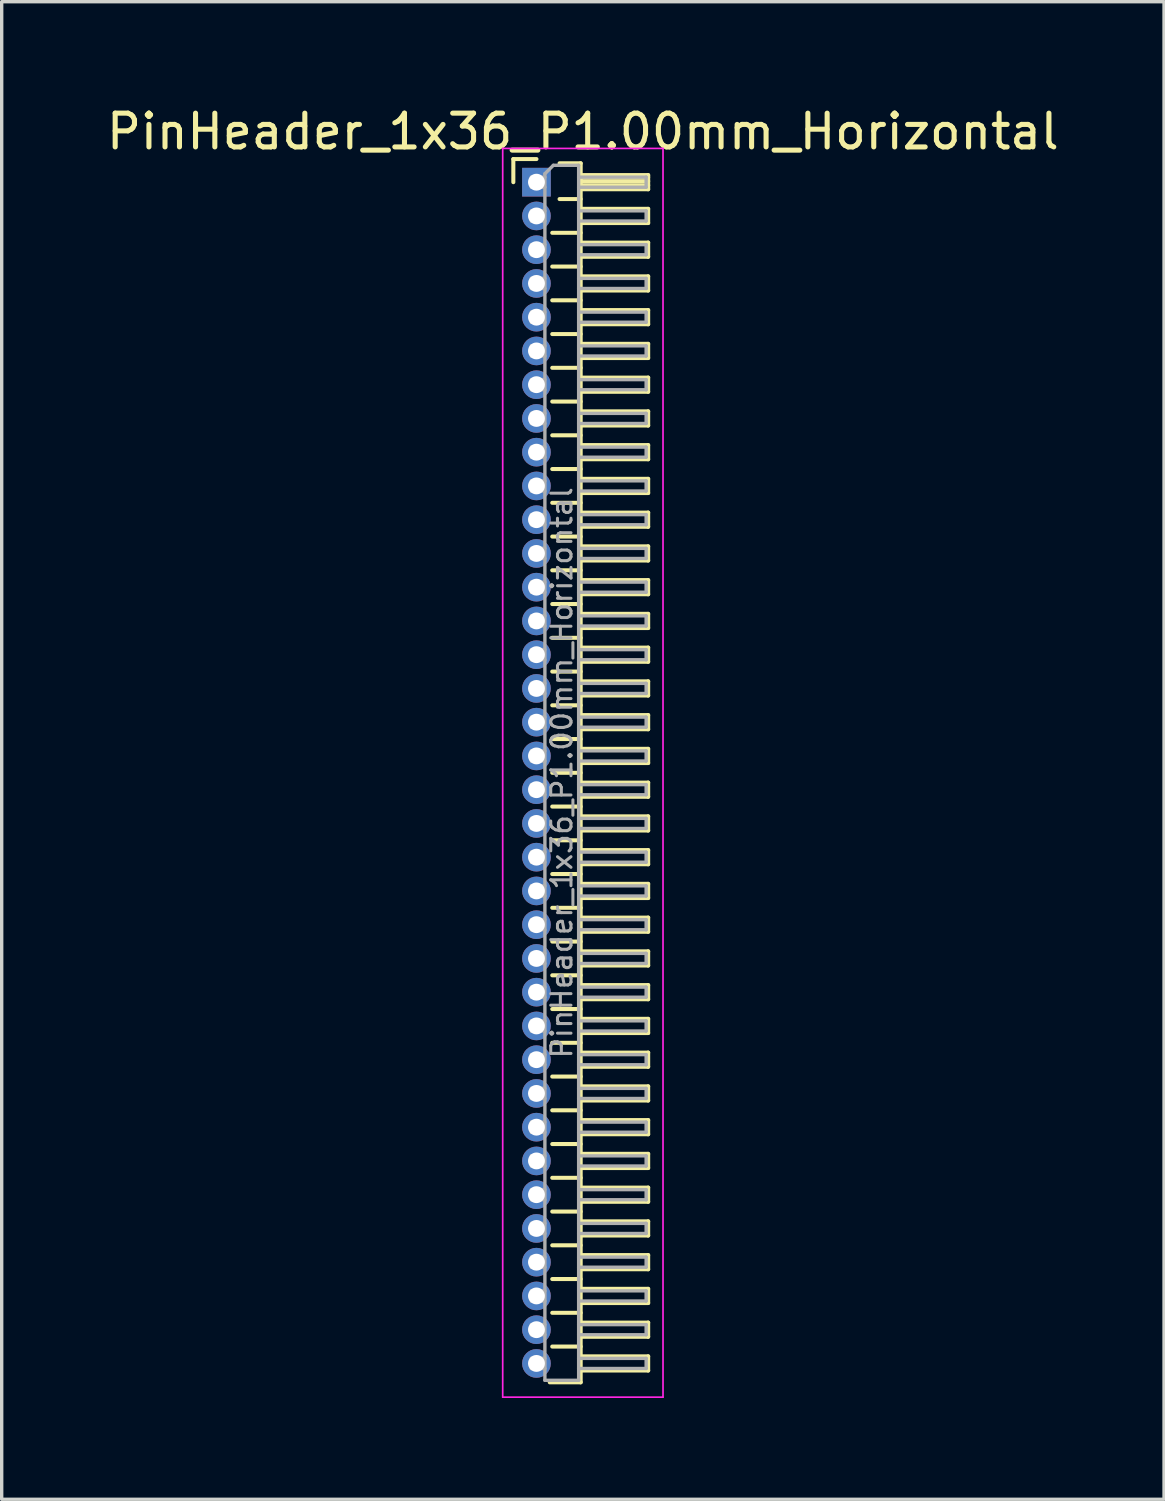
<source format=kicad_pcb>
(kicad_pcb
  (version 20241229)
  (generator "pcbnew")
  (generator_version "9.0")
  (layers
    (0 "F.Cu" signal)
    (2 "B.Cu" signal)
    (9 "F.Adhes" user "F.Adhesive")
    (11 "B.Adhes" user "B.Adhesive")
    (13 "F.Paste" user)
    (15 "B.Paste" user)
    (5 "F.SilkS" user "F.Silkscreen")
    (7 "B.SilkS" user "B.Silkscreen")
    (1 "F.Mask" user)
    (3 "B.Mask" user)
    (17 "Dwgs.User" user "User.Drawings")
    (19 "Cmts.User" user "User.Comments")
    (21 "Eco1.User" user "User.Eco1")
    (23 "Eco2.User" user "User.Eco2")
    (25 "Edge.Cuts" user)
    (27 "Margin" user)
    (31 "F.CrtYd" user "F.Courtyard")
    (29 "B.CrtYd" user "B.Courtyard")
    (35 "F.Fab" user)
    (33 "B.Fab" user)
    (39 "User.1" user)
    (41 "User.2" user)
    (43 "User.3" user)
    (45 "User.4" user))
  (footprint "PinHeader_1x36_P1.00mm_Horizontal"
    (layer "F.Cu")
    (at 12.845 2.348)
    (property "Reference" "PinHeader_1x36_P1.00mm_Horizontal" (at 1.375 -1.5 0) (layer "F.SilkS") (effects (font (size 1 1) (thickness 0.15))))
    (attr through_hole)
    (fp_line (start -0.685 -0.685) (end 0 -0.685) (stroke (width 0.12) (type solid)) (layer "F.SilkS"))
    (fp_line (start -0.685 0) (end -0.685 -0.685) (stroke (width 0.12) (type solid)) (layer "F.SilkS"))
    (fp_line (start 0.468 1.5) (end 1.31 1.5) (stroke (width 0.12) (type solid)) (layer "F.SilkS"))
    (fp_line (start 0.468 2.5) (end 1.31 2.5) (stroke (width 0.12) (type solid)) (layer "F.SilkS"))
    (fp_line (start 0.468 3.5) (end 1.31 3.5) (stroke (width 0.12) (type solid)) (layer "F.SilkS"))
    (fp_line (start 0.468 4.5) (end 1.31 4.5) (stroke (width 0.12) (type solid)) (layer "F.SilkS"))
    (fp_line (start 0.468 5.5) (end 1.31 5.5) (stroke (width 0.12) (type solid)) (layer "F.SilkS"))
    (fp_line (start 0.468 6.5) (end 1.31 6.5) (stroke (width 0.12) (type solid)) (layer "F.SilkS"))
    (fp_line (start 0.468 7.5) (end 1.31 7.5) (stroke (width 0.12) (type solid)) (layer "F.SilkS"))
    (fp_line (start 0.468 8.5) (end 1.31 8.5) (stroke (width 0.12) (type solid)) (layer "F.SilkS"))
    (fp_line (start 0.468 9.5) (end 1.31 9.5) (stroke (width 0.12) (type solid)) (layer "F.SilkS"))
    (fp_line (start 0.468 10.5) (end 1.31 10.5) (stroke (width 0.12) (type solid)) (layer "F.SilkS"))
    (fp_line (start 0.468 11.5) (end 1.31 11.5) (stroke (width 0.12) (type solid)) (layer "F.SilkS"))
    (fp_line (start 0.468 12.5) (end 1.31 12.5) (stroke (width 0.12) (type solid)) (layer "F.SilkS"))
    (fp_line (start 0.468 13.5) (end 1.31 13.5) (stroke (width 0.12) (type solid)) (layer "F.SilkS"))
    (fp_line (start 0.468 14.5) (end 1.31 14.5) (stroke (width 0.12) (type solid)) (layer "F.SilkS"))
    (fp_line (start 0.468 15.5) (end 1.31 15.5) (stroke (width 0.12) (type solid)) (layer "F.SilkS"))
    (fp_line (start 0.468 16.5) (end 1.31 16.5) (stroke (width 0.12) (type solid)) (layer "F.SilkS"))
    (fp_line (start 0.468 17.5) (end 1.31 17.5) (stroke (width 0.12) (type solid)) (layer "F.SilkS"))
    (fp_line (start 0.468 18.5) (end 1.31 18.5) (stroke (width 0.12) (type solid)) (layer "F.SilkS"))
    (fp_line (start 0.468 19.5) (end 1.31 19.5) (stroke (width 0.12) (type solid)) (layer "F.SilkS"))
    (fp_line (start 0.468 20.5) (end 1.31 20.5) (stroke (width 0.12) (type solid)) (layer "F.SilkS"))
    (fp_line (start 0.468 21.5) (end 1.31 21.5) (stroke (width 0.12) (type solid)) (layer "F.SilkS"))
    (fp_line (start 0.468 22.5) (end 1.31 22.5) (stroke (width 0.12) (type solid)) (layer "F.SilkS"))
    (fp_line (start 0.468 23.5) (end 1.31 23.5) (stroke (width 0.12) (type solid)) (layer "F.SilkS"))
    (fp_line (start 0.468 24.5) (end 1.31 24.5) (stroke (width 0.12) (type solid)) (layer "F.SilkS"))
    (fp_line (start 0.468 25.5) (end 1.31 25.5) (stroke (width 0.12) (type solid)) (layer "F.SilkS"))
    (fp_line (start 0.468 26.5) (end 1.31 26.5) (stroke (width 0.12) (type solid)) (layer "F.SilkS"))
    (fp_line (start 0.468 27.5) (end 1.31 27.5) (stroke (width 0.12) (type solid)) (layer "F.SilkS"))
    (fp_line (start 0.468 28.5) (end 1.31 28.5) (stroke (width 0.12) (type solid)) (layer "F.SilkS"))
    (fp_line (start 0.468 29.5) (end 1.31 29.5) (stroke (width 0.12) (type solid)) (layer "F.SilkS"))
    (fp_line (start 0.468 30.5) (end 1.31 30.5) (stroke (width 0.12) (type solid)) (layer "F.SilkS"))
    (fp_line (start 0.468 31.5) (end 1.31 31.5) (stroke (width 0.12) (type solid)) (layer "F.SilkS"))
    (fp_line (start 0.468 32.5) (end 1.31 32.5) (stroke (width 0.12) (type solid)) (layer "F.SilkS"))
    (fp_line (start 0.468 33.5) (end 1.31 33.5) (stroke (width 0.12) (type solid)) (layer "F.SilkS"))
    (fp_line (start 0.468 34.5) (end 1.31 34.5) (stroke (width 0.12) (type solid)) (layer "F.SilkS"))
    (fp_line (start 0.685 -0.56) (end 1.31 -0.56) (stroke (width 0.12) (type solid)) (layer "F.SilkS"))
    (fp_line (start 0.685 0.5) (end 1.31 0.5) (stroke (width 0.12) (type solid)) (layer "F.SilkS"))
    (fp_line (start 1.31 -0.56) (end 1.31 35.56) (stroke (width 0.12) (type solid)) (layer "F.SilkS"))
    (fp_line (start 1.31 -0.21) (end 3.31 -0.21) (stroke (width 0.12) (type solid)) (layer "F.SilkS"))
    (fp_line (start 1.31 -0.15) (end 3.31 -0.15) (stroke (width 0.12) (type solid)) (layer "F.SilkS"))
    (fp_line (start 1.31 -0.03) (end 3.31 -0.03) (stroke (width 0.12) (type solid)) (layer "F.SilkS"))
    (fp_line (start 1.31 0.09) (end 3.31 0.09) (stroke (width 0.12) (type solid)) (layer "F.SilkS"))
    (fp_line (start 1.31 0.79) (end 3.31 0.79) (stroke (width 0.12) (type solid)) (layer "F.SilkS"))
    (fp_line (start 1.31 1.79) (end 3.31 1.79) (stroke (width 0.12) (type solid)) (layer "F.SilkS"))
    (fp_line (start 1.31 2.79) (end 3.31 2.79) (stroke (width 0.12) (type solid)) (layer "F.SilkS"))
    (fp_line (start 1.31 3.79) (end 3.31 3.79) (stroke (width 0.12) (type solid)) (layer "F.SilkS"))
    (fp_line (start 1.31 4.79) (end 3.31 4.79) (stroke (width 0.12) (type solid)) (layer "F.SilkS"))
    (fp_line (start 1.31 5.79) (end 3.31 5.79) (stroke (width 0.12) (type solid)) (layer "F.SilkS"))
    (fp_line (start 1.31 6.79) (end 3.31 6.79) (stroke (width 0.12) (type solid)) (layer "F.SilkS"))
    (fp_line (start 1.31 7.79) (end 3.31 7.79) (stroke (width 0.12) (type solid)) (layer "F.SilkS"))
    (fp_line (start 1.31 8.79) (end 3.31 8.79) (stroke (width 0.12) (type solid)) (layer "F.SilkS"))
    (fp_line (start 1.31 9.79) (end 3.31 9.79) (stroke (width 0.12) (type solid)) (layer "F.SilkS"))
    (fp_line (start 1.31 10.79) (end 3.31 10.79) (stroke (width 0.12) (type solid)) (layer "F.SilkS"))
    (fp_line (start 1.31 11.79) (end 3.31 11.79) (stroke (width 0.12) (type solid)) (layer "F.SilkS"))
    (fp_line (start 1.31 12.79) (end 3.31 12.79) (stroke (width 0.12) (type solid)) (layer "F.SilkS"))
    (fp_line (start 1.31 13.79) (end 3.31 13.79) (stroke (width 0.12) (type solid)) (layer "F.SilkS"))
    (fp_line (start 1.31 14.79) (end 3.31 14.79) (stroke (width 0.12) (type solid)) (layer "F.SilkS"))
    (fp_line (start 1.31 15.79) (end 3.31 15.79) (stroke (width 0.12) (type solid)) (layer "F.SilkS"))
    (fp_line (start 1.31 16.79) (end 3.31 16.79) (stroke (width 0.12) (type solid)) (layer "F.SilkS"))
    (fp_line (start 1.31 17.79) (end 3.31 17.79) (stroke (width 0.12) (type solid)) (layer "F.SilkS"))
    (fp_line (start 1.31 18.79) (end 3.31 18.79) (stroke (width 0.12) (type solid)) (layer "F.SilkS"))
    (fp_line (start 1.31 19.79) (end 3.31 19.79) (stroke (width 0.12) (type solid)) (layer "F.SilkS"))
    (fp_line (start 1.31 20.79) (end 3.31 20.79) (stroke (width 0.12) (type solid)) (layer "F.SilkS"))
    (fp_line (start 1.31 21.79) (end 3.31 21.79) (stroke (width 0.12) (type solid)) (layer "F.SilkS"))
    (fp_line (start 1.31 22.79) (end 3.31 22.79) (stroke (width 0.12) (type solid)) (layer "F.SilkS"))
    (fp_line (start 1.31 23.79) (end 3.31 23.79) (stroke (width 0.12) (type solid)) (layer "F.SilkS"))
    (fp_line (start 1.31 24.79) (end 3.31 24.79) (stroke (width 0.12) (type solid)) (layer "F.SilkS"))
    (fp_line (start 1.31 25.79) (end 3.31 25.79) (stroke (width 0.12) (type solid)) (layer "F.SilkS"))
    (fp_line (start 1.31 26.79) (end 3.31 26.79) (stroke (width 0.12) (type solid)) (layer "F.SilkS"))
    (fp_line (start 1.31 27.79) (end 3.31 27.79) (stroke (width 0.12) (type solid)) (layer "F.SilkS"))
    (fp_line (start 1.31 28.79) (end 3.31 28.79) (stroke (width 0.12) (type solid)) (layer "F.SilkS"))
    (fp_line (start 1.31 29.79) (end 3.31 29.79) (stroke (width 0.12) (type solid)) (layer "F.SilkS"))
    (fp_line (start 1.31 30.79) (end 3.31 30.79) (stroke (width 0.12) (type solid)) (layer "F.SilkS"))
    (fp_line (start 1.31 31.79) (end 3.31 31.79) (stroke (width 0.12) (type solid)) (layer "F.SilkS"))
    (fp_line (start 1.31 32.79) (end 3.31 32.79) (stroke (width 0.12) (type solid)) (layer "F.SilkS"))
    (fp_line (start 1.31 33.79) (end 3.31 33.79) (stroke (width 0.12) (type solid)) (layer "F.SilkS"))
    (fp_line (start 1.31 34.79) (end 3.31 34.79) (stroke (width 0.12) (type solid)) (layer "F.SilkS"))
    (fp_line (start 1.31 35.56) (end 0.394 35.56) (stroke (width 0.12) (type solid)) (layer "F.SilkS"))
    (fp_line (start 3.31 -0.21) (end 3.31 0.21) (stroke (width 0.12) (type solid)) (layer "F.SilkS"))
    (fp_line (start 3.31 0.21) (end 1.31 0.21) (stroke (width 0.12) (type solid)) (layer "F.SilkS"))
    (fp_line (start 3.31 0.79) (end 3.31 1.21) (stroke (width 0.12) (type solid)) (layer "F.SilkS"))
    (fp_line (start 3.31 1.21) (end 1.31 1.21) (stroke (width 0.12) (type solid)) (layer "F.SilkS"))
    (fp_line (start 3.31 1.79) (end 3.31 2.21) (stroke (width 0.12) (type solid)) (layer "F.SilkS"))
    (fp_line (start 3.31 2.21) (end 1.31 2.21) (stroke (width 0.12) (type solid)) (layer "F.SilkS"))
    (fp_line (start 3.31 2.79) (end 3.31 3.21) (stroke (width 0.12) (type solid)) (layer "F.SilkS"))
    (fp_line (start 3.31 3.21) (end 1.31 3.21) (stroke (width 0.12) (type solid)) (layer "F.SilkS"))
    (fp_line (start 3.31 3.79) (end 3.31 4.21) (stroke (width 0.12) (type solid)) (layer "F.SilkS"))
    (fp_line (start 3.31 4.21) (end 1.31 4.21) (stroke (width 0.12) (type solid)) (layer "F.SilkS"))
    (fp_line (start 3.31 4.79) (end 3.31 5.21) (stroke (width 0.12) (type solid)) (layer "F.SilkS"))
    (fp_line (start 3.31 5.21) (end 1.31 5.21) (stroke (width 0.12) (type solid)) (layer "F.SilkS"))
    (fp_line (start 3.31 5.79) (end 3.31 6.21) (stroke (width 0.12) (type solid)) (layer "F.SilkS"))
    (fp_line (start 3.31 6.21) (end 1.31 6.21) (stroke (width 0.12) (type solid)) (layer "F.SilkS"))
    (fp_line (start 3.31 6.79) (end 3.31 7.21) (stroke (width 0.12) (type solid)) (layer "F.SilkS"))
    (fp_line (start 3.31 7.21) (end 1.31 7.21) (stroke (width 0.12) (type solid)) (layer "F.SilkS"))
    (fp_line (start 3.31 7.79) (end 3.31 8.21) (stroke (width 0.12) (type solid)) (layer "F.SilkS"))
    (fp_line (start 3.31 8.21) (end 1.31 8.21) (stroke (width 0.12) (type solid)) (layer "F.SilkS"))
    (fp_line (start 3.31 8.79) (end 3.31 9.21) (stroke (width 0.12) (type solid)) (layer "F.SilkS"))
    (fp_line (start 3.31 9.21) (end 1.31 9.21) (stroke (width 0.12) (type solid)) (layer "F.SilkS"))
    (fp_line (start 3.31 9.79) (end 3.31 10.21) (stroke (width 0.12) (type solid)) (layer "F.SilkS"))
    (fp_line (start 3.31 10.21) (end 1.31 10.21) (stroke (width 0.12) (type solid)) (layer "F.SilkS"))
    (fp_line (start 3.31 10.79) (end 3.31 11.21) (stroke (width 0.12) (type solid)) (layer "F.SilkS"))
    (fp_line (start 3.31 11.21) (end 1.31 11.21) (stroke (width 0.12) (type solid)) (layer "F.SilkS"))
    (fp_line (start 3.31 11.79) (end 3.31 12.21) (stroke (width 0.12) (type solid)) (layer "F.SilkS"))
    (fp_line (start 3.31 12.21) (end 1.31 12.21) (stroke (width 0.12) (type solid)) (layer "F.SilkS"))
    (fp_line (start 3.31 12.79) (end 3.31 13.21) (stroke (width 0.12) (type solid)) (layer "F.SilkS"))
    (fp_line (start 3.31 13.21) (end 1.31 13.21) (stroke (width 0.12) (type solid)) (layer "F.SilkS"))
    (fp_line (start 3.31 13.79) (end 3.31 14.21) (stroke (width 0.12) (type solid)) (layer "F.SilkS"))
    (fp_line (start 3.31 14.21) (end 1.31 14.21) (stroke (width 0.12) (type solid)) (layer "F.SilkS"))
    (fp_line (start 3.31 14.79) (end 3.31 15.21) (stroke (width 0.12) (type solid)) (layer "F.SilkS"))
    (fp_line (start 3.31 15.21) (end 1.31 15.21) (stroke (width 0.12) (type solid)) (layer "F.SilkS"))
    (fp_line (start 3.31 15.79) (end 3.31 16.21) (stroke (width 0.12) (type solid)) (layer "F.SilkS"))
    (fp_line (start 3.31 16.21) (end 1.31 16.21) (stroke (width 0.12) (type solid)) (layer "F.SilkS"))
    (fp_line (start 3.31 16.79) (end 3.31 17.21) (stroke (width 0.12) (type solid)) (layer "F.SilkS"))
    (fp_line (start 3.31 17.21) (end 1.31 17.21) (stroke (width 0.12) (type solid)) (layer "F.SilkS"))
    (fp_line (start 3.31 17.79) (end 3.31 18.21) (stroke (width 0.12) (type solid)) (layer "F.SilkS"))
    (fp_line (start 3.31 18.21) (end 1.31 18.21) (stroke (width 0.12) (type solid)) (layer "F.SilkS"))
    (fp_line (start 3.31 18.79) (end 3.31 19.21) (stroke (width 0.12) (type solid)) (layer "F.SilkS"))
    (fp_line (start 3.31 19.21) (end 1.31 19.21) (stroke (width 0.12) (type solid)) (layer "F.SilkS"))
    (fp_line (start 3.31 19.79) (end 3.31 20.21) (stroke (width 0.12) (type solid)) (layer "F.SilkS"))
    (fp_line (start 3.31 20.21) (end 1.31 20.21) (stroke (width 0.12) (type solid)) (layer "F.SilkS"))
    (fp_line (start 3.31 20.79) (end 3.31 21.21) (stroke (width 0.12) (type solid)) (layer "F.SilkS"))
    (fp_line (start 3.31 21.21) (end 1.31 21.21) (stroke (width 0.12) (type solid)) (layer "F.SilkS"))
    (fp_line (start 3.31 21.79) (end 3.31 22.21) (stroke (width 0.12) (type solid)) (layer "F.SilkS"))
    (fp_line (start 3.31 22.21) (end 1.31 22.21) (stroke (width 0.12) (type solid)) (layer "F.SilkS"))
    (fp_line (start 3.31 22.79) (end 3.31 23.21) (stroke (width 0.12) (type solid)) (layer "F.SilkS"))
    (fp_line (start 3.31 23.21) (end 1.31 23.21) (stroke (width 0.12) (type solid)) (layer "F.SilkS"))
    (fp_line (start 3.31 23.79) (end 3.31 24.21) (stroke (width 0.12) (type solid)) (layer "F.SilkS"))
    (fp_line (start 3.31 24.21) (end 1.31 24.21) (stroke (width 0.12) (type solid)) (layer "F.SilkS"))
    (fp_line (start 3.31 24.79) (end 3.31 25.21) (stroke (width 0.12) (type solid)) (layer "F.SilkS"))
    (fp_line (start 3.31 25.21) (end 1.31 25.21) (stroke (width 0.12) (type solid)) (layer "F.SilkS"))
    (fp_line (start 3.31 25.79) (end 3.31 26.21) (stroke (width 0.12) (type solid)) (layer "F.SilkS"))
    (fp_line (start 3.31 26.21) (end 1.31 26.21) (stroke (width 0.12) (type solid)) (layer "F.SilkS"))
    (fp_line (start 3.31 26.79) (end 3.31 27.21) (stroke (width 0.12) (type solid)) (layer "F.SilkS"))
    (fp_line (start 3.31 27.21) (end 1.31 27.21) (stroke (width 0.12) (type solid)) (layer "F.SilkS"))
    (fp_line (start 3.31 27.79) (end 3.31 28.21) (stroke (width 0.12) (type solid)) (layer "F.SilkS"))
    (fp_line (start 3.31 28.21) (end 1.31 28.21) (stroke (width 0.12) (type solid)) (layer "F.SilkS"))
    (fp_line (start 3.31 28.79) (end 3.31 29.21) (stroke (width 0.12) (type solid)) (layer "F.SilkS"))
    (fp_line (start 3.31 29.21) (end 1.31 29.21) (stroke (width 0.12) (type solid)) (layer "F.SilkS"))
    (fp_line (start 3.31 29.79) (end 3.31 30.21) (stroke (width 0.12) (type solid)) (layer "F.SilkS"))
    (fp_line (start 3.31 30.21) (end 1.31 30.21) (stroke (width 0.12) (type solid)) (layer "F.SilkS"))
    (fp_line (start 3.31 30.79) (end 3.31 31.21) (stroke (width 0.12) (type solid)) (layer "F.SilkS"))
    (fp_line (start 3.31 31.21) (end 1.31 31.21) (stroke (width 0.12) (type solid)) (layer "F.SilkS"))
    (fp_line (start 3.31 31.79) (end 3.31 32.21) (stroke (width 0.12) (type solid)) (layer "F.SilkS"))
    (fp_line (start 3.31 32.21) (end 1.31 32.21) (stroke (width 0.12) (type solid)) (layer "F.SilkS"))
    (fp_line (start 3.31 32.79) (end 3.31 33.21) (stroke (width 0.12) (type solid)) (layer "F.SilkS"))
    (fp_line (start 3.31 33.21) (end 1.31 33.21) (stroke (width 0.12) (type solid)) (layer "F.SilkS"))
    (fp_line (start 3.31 33.79) (end 3.31 34.21) (stroke (width 0.12) (type solid)) (layer "F.SilkS"))
    (fp_line (start 3.31 34.21) (end 1.31 34.21) (stroke (width 0.12) (type solid)) (layer "F.SilkS"))
    (fp_line (start 3.31 34.79) (end 3.31 35.21) (stroke (width 0.12) (type solid)) (layer "F.SilkS"))
    (fp_line (start 3.31 35.21) (end 1.31 35.21) (stroke (width 0.12) (type solid)) (layer "F.SilkS"))
    (fp_line (start -1 -1) (end -1 36) (stroke (width 0.05) (type solid)) (layer "F.CrtYd"))
    (fp_line (start -1 36) (end 3.75 36) (stroke (width 0.05) (type solid)) (layer "F.CrtYd"))
    (fp_line (start 3.75 -1) (end -1 -1) (stroke (width 0.05) (type solid)) (layer "F.CrtYd"))
    (fp_line (start 3.75 36) (end 3.75 -1) (stroke (width 0.05) (type solid)) (layer "F.CrtYd"))
    (fp_line (start -0.15 -0.15) (end -0.15 0.15) (stroke (width 0.1) (type solid)) (layer "F.Fab"))
    (fp_line (start -0.15 -0.15) (end 0.25 -0.15) (stroke (width 0.1) (type solid)) (layer "F.Fab"))
    (fp_line (start -0.15 0.15) (end 0.25 0.15) (stroke (width 0.1) (type solid)) (layer "F.Fab"))
    (fp_line (start -0.15 0.85) (end -0.15 1.15) (stroke (width 0.1) (type solid)) (layer "F.Fab"))
    (fp_line (start -0.15 0.85) (end 0.25 0.85) (stroke (width 0.1) (type solid)) (layer "F.Fab"))
    (fp_line (start -0.15 1.15) (end 0.25 1.15) (stroke (width 0.1) (type solid)) (layer "F.Fab"))
    (fp_line (start -0.15 1.85) (end -0.15 2.15) (stroke (width 0.1) (type solid)) (layer "F.Fab"))
    (fp_line (start -0.15 1.85) (end 0.25 1.85) (stroke (width 0.1) (type solid)) (layer "F.Fab"))
    (fp_line (start -0.15 2.15) (end 0.25 2.15) (stroke (width 0.1) (type solid)) (layer "F.Fab"))
    (fp_line (start -0.15 2.85) (end -0.15 3.15) (stroke (width 0.1) (type solid)) (layer "F.Fab"))
    (fp_line (start -0.15 2.85) (end 0.25 2.85) (stroke (width 0.1) (type solid)) (layer "F.Fab"))
    (fp_line (start -0.15 3.15) (end 0.25 3.15) (stroke (width 0.1) (type solid)) (layer "F.Fab"))
    (fp_line (start -0.15 3.85) (end -0.15 4.15) (stroke (width 0.1) (type solid)) (layer "F.Fab"))
    (fp_line (start -0.15 3.85) (end 0.25 3.85) (stroke (width 0.1) (type solid)) (layer "F.Fab"))
    (fp_line (start -0.15 4.15) (end 0.25 4.15) (stroke (width 0.1) (type solid)) (layer "F.Fab"))
    (fp_line (start -0.15 4.85) (end -0.15 5.15) (stroke (width 0.1) (type solid)) (layer "F.Fab"))
    (fp_line (start -0.15 4.85) (end 0.25 4.85) (stroke (width 0.1) (type solid)) (layer "F.Fab"))
    (fp_line (start -0.15 5.15) (end 0.25 5.15) (stroke (width 0.1) (type solid)) (layer "F.Fab"))
    (fp_line (start -0.15 5.85) (end -0.15 6.15) (stroke (width 0.1) (type solid)) (layer "F.Fab"))
    (fp_line (start -0.15 5.85) (end 0.25 5.85) (stroke (width 0.1) (type solid)) (layer "F.Fab"))
    (fp_line (start -0.15 6.15) (end 0.25 6.15) (stroke (width 0.1) (type solid)) (layer "F.Fab"))
    (fp_line (start -0.15 6.85) (end -0.15 7.15) (stroke (width 0.1) (type solid)) (layer "F.Fab"))
    (fp_line (start -0.15 6.85) (end 0.25 6.85) (stroke (width 0.1) (type solid)) (layer "F.Fab"))
    (fp_line (start -0.15 7.15) (end 0.25 7.15) (stroke (width 0.1) (type solid)) (layer "F.Fab"))
    (fp_line (start -0.15 7.85) (end -0.15 8.15) (stroke (width 0.1) (type solid)) (layer "F.Fab"))
    (fp_line (start -0.15 7.85) (end 0.25 7.85) (stroke (width 0.1) (type solid)) (layer "F.Fab"))
    (fp_line (start -0.15 8.15) (end 0.25 8.15) (stroke (width 0.1) (type solid)) (layer "F.Fab"))
    (fp_line (start -0.15 8.85) (end -0.15 9.15) (stroke (width 0.1) (type solid)) (layer "F.Fab"))
    (fp_line (start -0.15 8.85) (end 0.25 8.85) (stroke (width 0.1) (type solid)) (layer "F.Fab"))
    (fp_line (start -0.15 9.15) (end 0.25 9.15) (stroke (width 0.1) (type solid)) (layer "F.Fab"))
    (fp_line (start -0.15 9.85) (end -0.15 10.15) (stroke (width 0.1) (type solid)) (layer "F.Fab"))
    (fp_line (start -0.15 9.85) (end 0.25 9.85) (stroke (width 0.1) (type solid)) (layer "F.Fab"))
    (fp_line (start -0.15 10.15) (end 0.25 10.15) (stroke (width 0.1) (type solid)) (layer "F.Fab"))
    (fp_line (start -0.15 10.85) (end -0.15 11.15) (stroke (width 0.1) (type solid)) (layer "F.Fab"))
    (fp_line (start -0.15 10.85) (end 0.25 10.85) (stroke (width 0.1) (type solid)) (layer "F.Fab"))
    (fp_line (start -0.15 11.15) (end 0.25 11.15) (stroke (width 0.1) (type solid)) (layer "F.Fab"))
    (fp_line (start -0.15 11.85) (end -0.15 12.15) (stroke (width 0.1) (type solid)) (layer "F.Fab"))
    (fp_line (start -0.15 11.85) (end 0.25 11.85) (stroke (width 0.1) (type solid)) (layer "F.Fab"))
    (fp_line (start -0.15 12.15) (end 0.25 12.15) (stroke (width 0.1) (type solid)) (layer "F.Fab"))
    (fp_line (start -0.15 12.85) (end -0.15 13.15) (stroke (width 0.1) (type solid)) (layer "F.Fab"))
    (fp_line (start -0.15 12.85) (end 0.25 12.85) (stroke (width 0.1) (type solid)) (layer "F.Fab"))
    (fp_line (start -0.15 13.15) (end 0.25 13.15) (stroke (width 0.1) (type solid)) (layer "F.Fab"))
    (fp_line (start -0.15 13.85) (end -0.15 14.15) (stroke (width 0.1) (type solid)) (layer "F.Fab"))
    (fp_line (start -0.15 13.85) (end 0.25 13.85) (stroke (width 0.1) (type solid)) (layer "F.Fab"))
    (fp_line (start -0.15 14.15) (end 0.25 14.15) (stroke (width 0.1) (type solid)) (layer "F.Fab"))
    (fp_line (start -0.15 14.85) (end -0.15 15.15) (stroke (width 0.1) (type solid)) (layer "F.Fab"))
    (fp_line (start -0.15 14.85) (end 0.25 14.85) (stroke (width 0.1) (type solid)) (layer "F.Fab"))
    (fp_line (start -0.15 15.15) (end 0.25 15.15) (stroke (width 0.1) (type solid)) (layer "F.Fab"))
    (fp_line (start -0.15 15.85) (end -0.15 16.15) (stroke (width 0.1) (type solid)) (layer "F.Fab"))
    (fp_line (start -0.15 15.85) (end 0.25 15.85) (stroke (width 0.1) (type solid)) (layer "F.Fab"))
    (fp_line (start -0.15 16.15) (end 0.25 16.15) (stroke (width 0.1) (type solid)) (layer "F.Fab"))
    (fp_line (start -0.15 16.85) (end -0.15 17.15) (stroke (width 0.1) (type solid)) (layer "F.Fab"))
    (fp_line (start -0.15 16.85) (end 0.25 16.85) (stroke (width 0.1) (type solid)) (layer "F.Fab"))
    (fp_line (start -0.15 17.15) (end 0.25 17.15) (stroke (width 0.1) (type solid)) (layer "F.Fab"))
    (fp_line (start -0.15 17.85) (end -0.15 18.15) (stroke (width 0.1) (type solid)) (layer "F.Fab"))
    (fp_line (start -0.15 17.85) (end 0.25 17.85) (stroke (width 0.1) (type solid)) (layer "F.Fab"))
    (fp_line (start -0.15 18.15) (end 0.25 18.15) (stroke (width 0.1) (type solid)) (layer "F.Fab"))
    (fp_line (start -0.15 18.85) (end -0.15 19.15) (stroke (width 0.1) (type solid)) (layer "F.Fab"))
    (fp_line (start -0.15 18.85) (end 0.25 18.85) (stroke (width 0.1) (type solid)) (layer "F.Fab"))
    (fp_line (start -0.15 19.15) (end 0.25 19.15) (stroke (width 0.1) (type solid)) (layer "F.Fab"))
    (fp_line (start -0.15 19.85) (end -0.15 20.15) (stroke (width 0.1) (type solid)) (layer "F.Fab"))
    (fp_line (start -0.15 19.85) (end 0.25 19.85) (stroke (width 0.1) (type solid)) (layer "F.Fab"))
    (fp_line (start -0.15 20.15) (end 0.25 20.15) (stroke (width 0.1) (type solid)) (layer "F.Fab"))
    (fp_line (start -0.15 20.85) (end -0.15 21.15) (stroke (width 0.1) (type solid)) (layer "F.Fab"))
    (fp_line (start -0.15 20.85) (end 0.25 20.85) (stroke (width 0.1) (type solid)) (layer "F.Fab"))
    (fp_line (start -0.15 21.15) (end 0.25 21.15) (stroke (width 0.1) (type solid)) (layer "F.Fab"))
    (fp_line (start -0.15 21.85) (end -0.15 22.15) (stroke (width 0.1) (type solid)) (layer "F.Fab"))
    (fp_line (start -0.15 21.85) (end 0.25 21.85) (stroke (width 0.1) (type solid)) (layer "F.Fab"))
    (fp_line (start -0.15 22.15) (end 0.25 22.15) (stroke (width 0.1) (type solid)) (layer "F.Fab"))
    (fp_line (start -0.15 22.85) (end -0.15 23.15) (stroke (width 0.1) (type solid)) (layer "F.Fab"))
    (fp_line (start -0.15 22.85) (end 0.25 22.85) (stroke (width 0.1) (type solid)) (layer "F.Fab"))
    (fp_line (start -0.15 23.15) (end 0.25 23.15) (stroke (width 0.1) (type solid)) (layer "F.Fab"))
    (fp_line (start -0.15 23.85) (end -0.15 24.15) (stroke (width 0.1) (type solid)) (layer "F.Fab"))
    (fp_line (start -0.15 23.85) (end 0.25 23.85) (stroke (width 0.1) (type solid)) (layer "F.Fab"))
    (fp_line (start -0.15 24.15) (end 0.25 24.15) (stroke (width 0.1) (type solid)) (layer "F.Fab"))
    (fp_line (start -0.15 24.85) (end -0.15 25.15) (stroke (width 0.1) (type solid)) (layer "F.Fab"))
    (fp_line (start -0.15 24.85) (end 0.25 24.85) (stroke (width 0.1) (type solid)) (layer "F.Fab"))
    (fp_line (start -0.15 25.15) (end 0.25 25.15) (stroke (width 0.1) (type solid)) (layer "F.Fab"))
    (fp_line (start -0.15 25.85) (end -0.15 26.15) (stroke (width 0.1) (type solid)) (layer "F.Fab"))
    (fp_line (start -0.15 25.85) (end 0.25 25.85) (stroke (width 0.1) (type solid)) (layer "F.Fab"))
    (fp_line (start -0.15 26.15) (end 0.25 26.15) (stroke (width 0.1) (type solid)) (layer "F.Fab"))
    (fp_line (start -0.15 26.85) (end -0.15 27.15) (stroke (width 0.1) (type solid)) (layer "F.Fab"))
    (fp_line (start -0.15 26.85) (end 0.25 26.85) (stroke (width 0.1) (type solid)) (layer "F.Fab"))
    (fp_line (start -0.15 27.15) (end 0.25 27.15) (stroke (width 0.1) (type solid)) (layer "F.Fab"))
    (fp_line (start -0.15 27.85) (end -0.15 28.15) (stroke (width 0.1) (type solid)) (layer "F.Fab"))
    (fp_line (start -0.15 27.85) (end 0.25 27.85) (stroke (width 0.1) (type solid)) (layer "F.Fab"))
    (fp_line (start -0.15 28.15) (end 0.25 28.15) (stroke (width 0.1) (type solid)) (layer "F.Fab"))
    (fp_line (start -0.15 28.85) (end -0.15 29.15) (stroke (width 0.1) (type solid)) (layer "F.Fab"))
    (fp_line (start -0.15 28.85) (end 0.25 28.85) (stroke (width 0.1) (type solid)) (layer "F.Fab"))
    (fp_line (start -0.15 29.15) (end 0.25 29.15) (stroke (width 0.1) (type solid)) (layer "F.Fab"))
    (fp_line (start -0.15 29.85) (end -0.15 30.15) (stroke (width 0.1) (type solid)) (layer "F.Fab"))
    (fp_line (start -0.15 29.85) (end 0.25 29.85) (stroke (width 0.1) (type solid)) (layer "F.Fab"))
    (fp_line (start -0.15 30.15) (end 0.25 30.15) (stroke (width 0.1) (type solid)) (layer "F.Fab"))
    (fp_line (start -0.15 30.85) (end -0.15 31.15) (stroke (width 0.1) (type solid)) (layer "F.Fab"))
    (fp_line (start -0.15 30.85) (end 0.25 30.85) (stroke (width 0.1) (type solid)) (layer "F.Fab"))
    (fp_line (start -0.15 31.15) (end 0.25 31.15) (stroke (width 0.1) (type solid)) (layer "F.Fab"))
    (fp_line (start -0.15 31.85) (end -0.15 32.15) (stroke (width 0.1) (type solid)) (layer "F.Fab"))
    (fp_line (start -0.15 31.85) (end 0.25 31.85) (stroke (width 0.1) (type solid)) (layer "F.Fab"))
    (fp_line (start -0.15 32.15) (end 0.25 32.15) (stroke (width 0.1) (type solid)) (layer "F.Fab"))
    (fp_line (start -0.15 32.85) (end -0.15 33.15) (stroke (width 0.1) (type solid)) (layer "F.Fab"))
    (fp_line (start -0.15 32.85) (end 0.25 32.85) (stroke (width 0.1) (type solid)) (layer "F.Fab"))
    (fp_line (start -0.15 33.15) (end 0.25 33.15) (stroke (width 0.1) (type solid)) (layer "F.Fab"))
    (fp_line (start -0.15 33.85) (end -0.15 34.15) (stroke (width 0.1) (type solid)) (layer "F.Fab"))
    (fp_line (start -0.15 33.85) (end 0.25 33.85) (stroke (width 0.1) (type solid)) (layer "F.Fab"))
    (fp_line (start -0.15 34.15) (end 0.25 34.15) (stroke (width 0.1) (type solid)) (layer "F.Fab"))
    (fp_line (start -0.15 34.85) (end -0.15 35.15) (stroke (width 0.1) (type solid)) (layer "F.Fab"))
    (fp_line (start -0.15 34.85) (end 0.25 34.85) (stroke (width 0.1) (type solid)) (layer "F.Fab"))
    (fp_line (start -0.15 35.15) (end 0.25 35.15) (stroke (width 0.1) (type solid)) (layer "F.Fab"))
    (fp_line (start 0.25 -0.25) (end 0.5 -0.5) (stroke (width 0.1) (type solid)) (layer "F.Fab"))
    (fp_line (start 0.25 35.5) (end 0.25 -0.25) (stroke (width 0.1) (type solid)) (layer "F.Fab"))
    (fp_line (start 0.5 -0.5) (end 1.25 -0.5) (stroke (width 0.1) (type solid)) (layer "F.Fab"))
    (fp_line (start 1.25 -0.5) (end 1.25 35.5) (stroke (width 0.1) (type solid)) (layer "F.Fab"))
    (fp_line (start 1.25 -0.15) (end 3.25 -0.15) (stroke (width 0.1) (type solid)) (layer "F.Fab"))
    (fp_line (start 1.25 0.15) (end 3.25 0.15) (stroke (width 0.1) (type solid)) (layer "F.Fab"))
    (fp_line (start 1.25 0.85) (end 3.25 0.85) (stroke (width 0.1) (type solid)) (layer "F.Fab"))
    (fp_line (start 1.25 1.15) (end 3.25 1.15) (stroke (width 0.1) (type solid)) (layer "F.Fab"))
    (fp_line (start 1.25 1.85) (end 3.25 1.85) (stroke (width 0.1) (type solid)) (layer "F.Fab"))
    (fp_line (start 1.25 2.15) (end 3.25 2.15) (stroke (width 0.1) (type solid)) (layer "F.Fab"))
    (fp_line (start 1.25 2.85) (end 3.25 2.85) (stroke (width 0.1) (type solid)) (layer "F.Fab"))
    (fp_line (start 1.25 3.15) (end 3.25 3.15) (stroke (width 0.1) (type solid)) (layer "F.Fab"))
    (fp_line (start 1.25 3.85) (end 3.25 3.85) (stroke (width 0.1) (type solid)) (layer "F.Fab"))
    (fp_line (start 1.25 4.15) (end 3.25 4.15) (stroke (width 0.1) (type solid)) (layer "F.Fab"))
    (fp_line (start 1.25 4.85) (end 3.25 4.85) (stroke (width 0.1) (type solid)) (layer "F.Fab"))
    (fp_line (start 1.25 5.15) (end 3.25 5.15) (stroke (width 0.1) (type solid)) (layer "F.Fab"))
    (fp_line (start 1.25 5.85) (end 3.25 5.85) (stroke (width 0.1) (type solid)) (layer "F.Fab"))
    (fp_line (start 1.25 6.15) (end 3.25 6.15) (stroke (width 0.1) (type solid)) (layer "F.Fab"))
    (fp_line (start 1.25 6.85) (end 3.25 6.85) (stroke (width 0.1) (type solid)) (layer "F.Fab"))
    (fp_line (start 1.25 7.15) (end 3.25 7.15) (stroke (width 0.1) (type solid)) (layer "F.Fab"))
    (fp_line (start 1.25 7.85) (end 3.25 7.85) (stroke (width 0.1) (type solid)) (layer "F.Fab"))
    (fp_line (start 1.25 8.15) (end 3.25 8.15) (stroke (width 0.1) (type solid)) (layer "F.Fab"))
    (fp_line (start 1.25 8.85) (end 3.25 8.85) (stroke (width 0.1) (type solid)) (layer "F.Fab"))
    (fp_line (start 1.25 9.15) (end 3.25 9.15) (stroke (width 0.1) (type solid)) (layer "F.Fab"))
    (fp_line (start 1.25 9.85) (end 3.25 9.85) (stroke (width 0.1) (type solid)) (layer "F.Fab"))
    (fp_line (start 1.25 10.15) (end 3.25 10.15) (stroke (width 0.1) (type solid)) (layer "F.Fab"))
    (fp_line (start 1.25 10.85) (end 3.25 10.85) (stroke (width 0.1) (type solid)) (layer "F.Fab"))
    (fp_line (start 1.25 11.15) (end 3.25 11.15) (stroke (width 0.1) (type solid)) (layer "F.Fab"))
    (fp_line (start 1.25 11.85) (end 3.25 11.85) (stroke (width 0.1) (type solid)) (layer "F.Fab"))
    (fp_line (start 1.25 12.15) (end 3.25 12.15) (stroke (width 0.1) (type solid)) (layer "F.Fab"))
    (fp_line (start 1.25 12.85) (end 3.25 12.85) (stroke (width 0.1) (type solid)) (layer "F.Fab"))
    (fp_line (start 1.25 13.15) (end 3.25 13.15) (stroke (width 0.1) (type solid)) (layer "F.Fab"))
    (fp_line (start 1.25 13.85) (end 3.25 13.85) (stroke (width 0.1) (type solid)) (layer "F.Fab"))
    (fp_line (start 1.25 14.15) (end 3.25 14.15) (stroke (width 0.1) (type solid)) (layer "F.Fab"))
    (fp_line (start 1.25 14.85) (end 3.25 14.85) (stroke (width 0.1) (type solid)) (layer "F.Fab"))
    (fp_line (start 1.25 15.15) (end 3.25 15.15) (stroke (width 0.1) (type solid)) (layer "F.Fab"))
    (fp_line (start 1.25 15.85) (end 3.25 15.85) (stroke (width 0.1) (type solid)) (layer "F.Fab"))
    (fp_line (start 1.25 16.15) (end 3.25 16.15) (stroke (width 0.1) (type solid)) (layer "F.Fab"))
    (fp_line (start 1.25 16.85) (end 3.25 16.85) (stroke (width 0.1) (type solid)) (layer "F.Fab"))
    (fp_line (start 1.25 17.15) (end 3.25 17.15) (stroke (width 0.1) (type solid)) (layer "F.Fab"))
    (fp_line (start 1.25 17.85) (end 3.25 17.85) (stroke (width 0.1) (type solid)) (layer "F.Fab"))
    (fp_line (start 1.25 18.15) (end 3.25 18.15) (stroke (width 0.1) (type solid)) (layer "F.Fab"))
    (fp_line (start 1.25 18.85) (end 3.25 18.85) (stroke (width 0.1) (type solid)) (layer "F.Fab"))
    (fp_line (start 1.25 19.15) (end 3.25 19.15) (stroke (width 0.1) (type solid)) (layer "F.Fab"))
    (fp_line (start 1.25 19.85) (end 3.25 19.85) (stroke (width 0.1) (type solid)) (layer "F.Fab"))
    (fp_line (start 1.25 20.15) (end 3.25 20.15) (stroke (width 0.1) (type solid)) (layer "F.Fab"))
    (fp_line (start 1.25 20.85) (end 3.25 20.85) (stroke (width 0.1) (type solid)) (layer "F.Fab"))
    (fp_line (start 1.25 21.15) (end 3.25 21.15) (stroke (width 0.1) (type solid)) (layer "F.Fab"))
    (fp_line (start 1.25 21.85) (end 3.25 21.85) (stroke (width 0.1) (type solid)) (layer "F.Fab"))
    (fp_line (start 1.25 22.15) (end 3.25 22.15) (stroke (width 0.1) (type solid)) (layer "F.Fab"))
    (fp_line (start 1.25 22.85) (end 3.25 22.85) (stroke (width 0.1) (type solid)) (layer "F.Fab"))
    (fp_line (start 1.25 23.15) (end 3.25 23.15) (stroke (width 0.1) (type solid)) (layer "F.Fab"))
    (fp_line (start 1.25 23.85) (end 3.25 23.85) (stroke (width 0.1) (type solid)) (layer "F.Fab"))
    (fp_line (start 1.25 24.15) (end 3.25 24.15) (stroke (width 0.1) (type solid)) (layer "F.Fab"))
    (fp_line (start 1.25 24.85) (end 3.25 24.85) (stroke (width 0.1) (type solid)) (layer "F.Fab"))
    (fp_line (start 1.25 25.15) (end 3.25 25.15) (stroke (width 0.1) (type solid)) (layer "F.Fab"))
    (fp_line (start 1.25 25.85) (end 3.25 25.85) (stroke (width 0.1) (type solid)) (layer "F.Fab"))
    (fp_line (start 1.25 26.15) (end 3.25 26.15) (stroke (width 0.1) (type solid)) (layer "F.Fab"))
    (fp_line (start 1.25 26.85) (end 3.25 26.85) (stroke (width 0.1) (type solid)) (layer "F.Fab"))
    (fp_line (start 1.25 27.15) (end 3.25 27.15) (stroke (width 0.1) (type solid)) (layer "F.Fab"))
    (fp_line (start 1.25 27.85) (end 3.25 27.85) (stroke (width 0.1) (type solid)) (layer "F.Fab"))
    (fp_line (start 1.25 28.15) (end 3.25 28.15) (stroke (width 0.1) (type solid)) (layer "F.Fab"))
    (fp_line (start 1.25 28.85) (end 3.25 28.85) (stroke (width 0.1) (type solid)) (layer "F.Fab"))
    (fp_line (start 1.25 29.15) (end 3.25 29.15) (stroke (width 0.1) (type solid)) (layer "F.Fab"))
    (fp_line (start 1.25 29.85) (end 3.25 29.85) (stroke (width 0.1) (type solid)) (layer "F.Fab"))
    (fp_line (start 1.25 30.15) (end 3.25 30.15) (stroke (width 0.1) (type solid)) (layer "F.Fab"))
    (fp_line (start 1.25 30.85) (end 3.25 30.85) (stroke (width 0.1) (type solid)) (layer "F.Fab"))
    (fp_line (start 1.25 31.15) (end 3.25 31.15) (stroke (width 0.1) (type solid)) (layer "F.Fab"))
    (fp_line (start 1.25 31.85) (end 3.25 31.85) (stroke (width 0.1) (type solid)) (layer "F.Fab"))
    (fp_line (start 1.25 32.15) (end 3.25 32.15) (stroke (width 0.1) (type solid)) (layer "F.Fab"))
    (fp_line (start 1.25 32.85) (end 3.25 32.85) (stroke (width 0.1) (type solid)) (layer "F.Fab"))
    (fp_line (start 1.25 33.15) (end 3.25 33.15) (stroke (width 0.1) (type solid)) (layer "F.Fab"))
    (fp_line (start 1.25 33.85) (end 3.25 33.85) (stroke (width 0.1) (type solid)) (layer "F.Fab"))
    (fp_line (start 1.25 34.15) (end 3.25 34.15) (stroke (width 0.1) (type solid)) (layer "F.Fab"))
    (fp_line (start 1.25 34.85) (end 3.25 34.85) (stroke (width 0.1) (type solid)) (layer "F.Fab"))
    (fp_line (start 1.25 35.15) (end 3.25 35.15) (stroke (width 0.1) (type solid)) (layer "F.Fab"))
    (fp_line (start 1.25 35.5) (end 0.25 35.5) (stroke (width 0.1) (type solid)) (layer "F.Fab"))
    (fp_line (start 3.25 -0.15) (end 3.25 0.15) (stroke (width 0.1) (type solid)) (layer "F.Fab"))
    (fp_line (start 3.25 0.85) (end 3.25 1.15) (stroke (width 0.1) (type solid)) (layer "F.Fab"))
    (fp_line (start 3.25 1.85) (end 3.25 2.15) (stroke (width 0.1) (type solid)) (layer "F.Fab"))
    (fp_line (start 3.25 2.85) (end 3.25 3.15) (stroke (width 0.1) (type solid)) (layer "F.Fab"))
    (fp_line (start 3.25 3.85) (end 3.25 4.15) (stroke (width 0.1) (type solid)) (layer "F.Fab"))
    (fp_line (start 3.25 4.85) (end 3.25 5.15) (stroke (width 0.1) (type solid)) (layer "F.Fab"))
    (fp_line (start 3.25 5.85) (end 3.25 6.15) (stroke (width 0.1) (type solid)) (layer "F.Fab"))
    (fp_line (start 3.25 6.85) (end 3.25 7.15) (stroke (width 0.1) (type solid)) (layer "F.Fab"))
    (fp_line (start 3.25 7.85) (end 3.25 8.15) (stroke (width 0.1) (type solid)) (layer "F.Fab"))
    (fp_line (start 3.25 8.85) (end 3.25 9.15) (stroke (width 0.1) (type solid)) (layer "F.Fab"))
    (fp_line (start 3.25 9.85) (end 3.25 10.15) (stroke (width 0.1) (type solid)) (layer "F.Fab"))
    (fp_line (start 3.25 10.85) (end 3.25 11.15) (stroke (width 0.1) (type solid)) (layer "F.Fab"))
    (fp_line (start 3.25 11.85) (end 3.25 12.15) (stroke (width 0.1) (type solid)) (layer "F.Fab"))
    (fp_line (start 3.25 12.85) (end 3.25 13.15) (stroke (width 0.1) (type solid)) (layer "F.Fab"))
    (fp_line (start 3.25 13.85) (end 3.25 14.15) (stroke (width 0.1) (type solid)) (layer "F.Fab"))
    (fp_line (start 3.25 14.85) (end 3.25 15.15) (stroke (width 0.1) (type solid)) (layer "F.Fab"))
    (fp_line (start 3.25 15.85) (end 3.25 16.15) (stroke (width 0.1) (type solid)) (layer "F.Fab"))
    (fp_line (start 3.25 16.85) (end 3.25 17.15) (stroke (width 0.1) (type solid)) (layer "F.Fab"))
    (fp_line (start 3.25 17.85) (end 3.25 18.15) (stroke (width 0.1) (type solid)) (layer "F.Fab"))
    (fp_line (start 3.25 18.85) (end 3.25 19.15) (stroke (width 0.1) (type solid)) (layer "F.Fab"))
    (fp_line (start 3.25 19.85) (end 3.25 20.15) (stroke (width 0.1) (type solid)) (layer "F.Fab"))
    (fp_line (start 3.25 20.85) (end 3.25 21.15) (stroke (width 0.1) (type solid)) (layer "F.Fab"))
    (fp_line (start 3.25 21.85) (end 3.25 22.15) (stroke (width 0.1) (type solid)) (layer "F.Fab"))
    (fp_line (start 3.25 22.85) (end 3.25 23.15) (stroke (width 0.1) (type solid)) (layer "F.Fab"))
    (fp_line (start 3.25 23.85) (end 3.25 24.15) (stroke (width 0.1) (type solid)) (layer "F.Fab"))
    (fp_line (start 3.25 24.85) (end 3.25 25.15) (stroke (width 0.1) (type solid)) (layer "F.Fab"))
    (fp_line (start 3.25 25.85) (end 3.25 26.15) (stroke (width 0.1) (type solid)) (layer "F.Fab"))
    (fp_line (start 3.25 26.85) (end 3.25 27.15) (stroke (width 0.1) (type solid)) (layer "F.Fab"))
    (fp_line (start 3.25 27.85) (end 3.25 28.15) (stroke (width 0.1) (type solid)) (layer "F.Fab"))
    (fp_line (start 3.25 28.85) (end 3.25 29.15) (stroke (width 0.1) (type solid)) (layer "F.Fab"))
    (fp_line (start 3.25 29.85) (end 3.25 30.15) (stroke (width 0.1) (type solid)) (layer "F.Fab"))
    (fp_line (start 3.25 30.85) (end 3.25 31.15) (stroke (width 0.1) (type solid)) (layer "F.Fab"))
    (fp_line (start 3.25 31.85) (end 3.25 32.15) (stroke (width 0.1) (type solid)) (layer "F.Fab"))
    (fp_line (start 3.25 32.85) (end 3.25 33.15) (stroke (width 0.1) (type solid)) (layer "F.Fab"))
    (fp_line (start 3.25 33.85) (end 3.25 34.15) (stroke (width 0.1) (type solid)) (layer "F.Fab"))
    (fp_line (start 3.25 34.85) (end 3.25 35.15) (stroke (width 0.1) (type solid)) (layer "F.Fab"))
    (fp_text user "${REFERENCE}" (at 0.75 17.5 90) (layer "F.Fab") (effects (font (size 0.6 0.6) (thickness 0.09))))
    (pad "1" thru_hole rect (at 0 0) (size 0.85 0.85) (drill 0.5) (layers "*.Cu" "*.Mask"))
    (pad "2" thru_hole oval (at 0 1) (size 0.85 0.85) (drill 0.5) (layers "*.Cu" "*.Mask"))
    (pad "3" thru_hole oval (at 0 2) (size 0.85 0.85) (drill 0.5) (layers "*.Cu" "*.Mask"))
    (pad "4" thru_hole oval (at 0 3) (size 0.85 0.85) (drill 0.5) (layers "*.Cu" "*.Mask"))
    (pad "5" thru_hole oval (at 0 4) (size 0.85 0.85) (drill 0.5) (layers "*.Cu" "*.Mask"))
    (pad "6" thru_hole oval (at 0 5) (size 0.85 0.85) (drill 0.5) (layers "*.Cu" "*.Mask"))
    (pad "7" thru_hole oval (at 0 6) (size 0.85 0.85) (drill 0.5) (layers "*.Cu" "*.Mask"))
    (pad "8" thru_hole oval (at 0 7) (size 0.85 0.85) (drill 0.5) (layers "*.Cu" "*.Mask"))
    (pad "9" thru_hole oval (at 0 8) (size 0.85 0.85) (drill 0.5) (layers "*.Cu" "*.Mask"))
    (pad "10" thru_hole oval (at 0 9) (size 0.85 0.85) (drill 0.5) (layers "*.Cu" "*.Mask"))
    (pad "11" thru_hole oval (at 0 10) (size 0.85 0.85) (drill 0.5) (layers "*.Cu" "*.Mask"))
    (pad "12" thru_hole oval (at 0 11) (size 0.85 0.85) (drill 0.5) (layers "*.Cu" "*.Mask"))
    (pad "13" thru_hole oval (at 0 12) (size 0.85 0.85) (drill 0.5) (layers "*.Cu" "*.Mask"))
    (pad "14" thru_hole oval (at 0 13) (size 0.85 0.85) (drill 0.5) (layers "*.Cu" "*.Mask"))
    (pad "15" thru_hole oval (at 0 14) (size 0.85 0.85) (drill 0.5) (layers "*.Cu" "*.Mask"))
    (pad "16" thru_hole oval (at 0 15) (size 0.85 0.85) (drill 0.5) (layers "*.Cu" "*.Mask"))
    (pad "17" thru_hole oval (at 0 16) (size 0.85 0.85) (drill 0.5) (layers "*.Cu" "*.Mask"))
    (pad "18" thru_hole oval (at 0 17) (size 0.85 0.85) (drill 0.5) (layers "*.Cu" "*.Mask"))
    (pad "19" thru_hole oval (at 0 18) (size 0.85 0.85) (drill 0.5) (layers "*.Cu" "*.Mask"))
    (pad "20" thru_hole oval (at 0 19) (size 0.85 0.85) (drill 0.5) (layers "*.Cu" "*.Mask"))
    (pad "21" thru_hole oval (at 0 20) (size 0.85 0.85) (drill 0.5) (layers "*.Cu" "*.Mask"))
    (pad "22" thru_hole oval (at 0 21) (size 0.85 0.85) (drill 0.5) (layers "*.Cu" "*.Mask"))
    (pad "23" thru_hole oval (at 0 22) (size 0.85 0.85) (drill 0.5) (layers "*.Cu" "*.Mask"))
    (pad "24" thru_hole oval (at 0 23) (size 0.85 0.85) (drill 0.5) (layers "*.Cu" "*.Mask"))
    (pad "25" thru_hole oval (at 0 24) (size 0.85 0.85) (drill 0.5) (layers "*.Cu" "*.Mask"))
    (pad "26" thru_hole oval (at 0 25) (size 0.85 0.85) (drill 0.5) (layers "*.Cu" "*.Mask"))
    (pad "27" thru_hole oval (at 0 26) (size 0.85 0.85) (drill 0.5) (layers "*.Cu" "*.Mask"))
    (pad "28" thru_hole oval (at 0 27) (size 0.85 0.85) (drill 0.5) (layers "*.Cu" "*.Mask"))
    (pad "29" thru_hole oval (at 0 28) (size 0.85 0.85) (drill 0.5) (layers "*.Cu" "*.Mask"))
    (pad "30" thru_hole oval (at 0 29) (size 0.85 0.85) (drill 0.5) (layers "*.Cu" "*.Mask"))
    (pad "31" thru_hole oval (at 0 30) (size 0.85 0.85) (drill 0.5) (layers "*.Cu" "*.Mask"))
    (pad "32" thru_hole oval (at 0 31) (size 0.85 0.85) (drill 0.5) (layers "*.Cu" "*.Mask"))
    (pad "33" thru_hole oval (at 0 32) (size 0.85 0.85) (drill 0.5) (layers "*.Cu" "*.Mask"))
    (pad "34" thru_hole oval (at 0 33) (size 0.85 0.85) (drill 0.5) (layers "*.Cu" "*.Mask"))
    (pad "35" thru_hole oval (at 0 34) (size 0.85 0.85) (drill 0.5) (layers "*.Cu" "*.Mask"))
    (pad "36" thru_hole oval (at 0 35) (size 0.85 0.85) (drill 0.5) (layers "*.Cu" "*.Mask")))
  (gr_rect
    (start -3 -3)
    (end 31.44 41.373)
    (stroke (width 0.1) (type default))
    (fill no)
    (layer "Edge.Cuts")))
</source>
